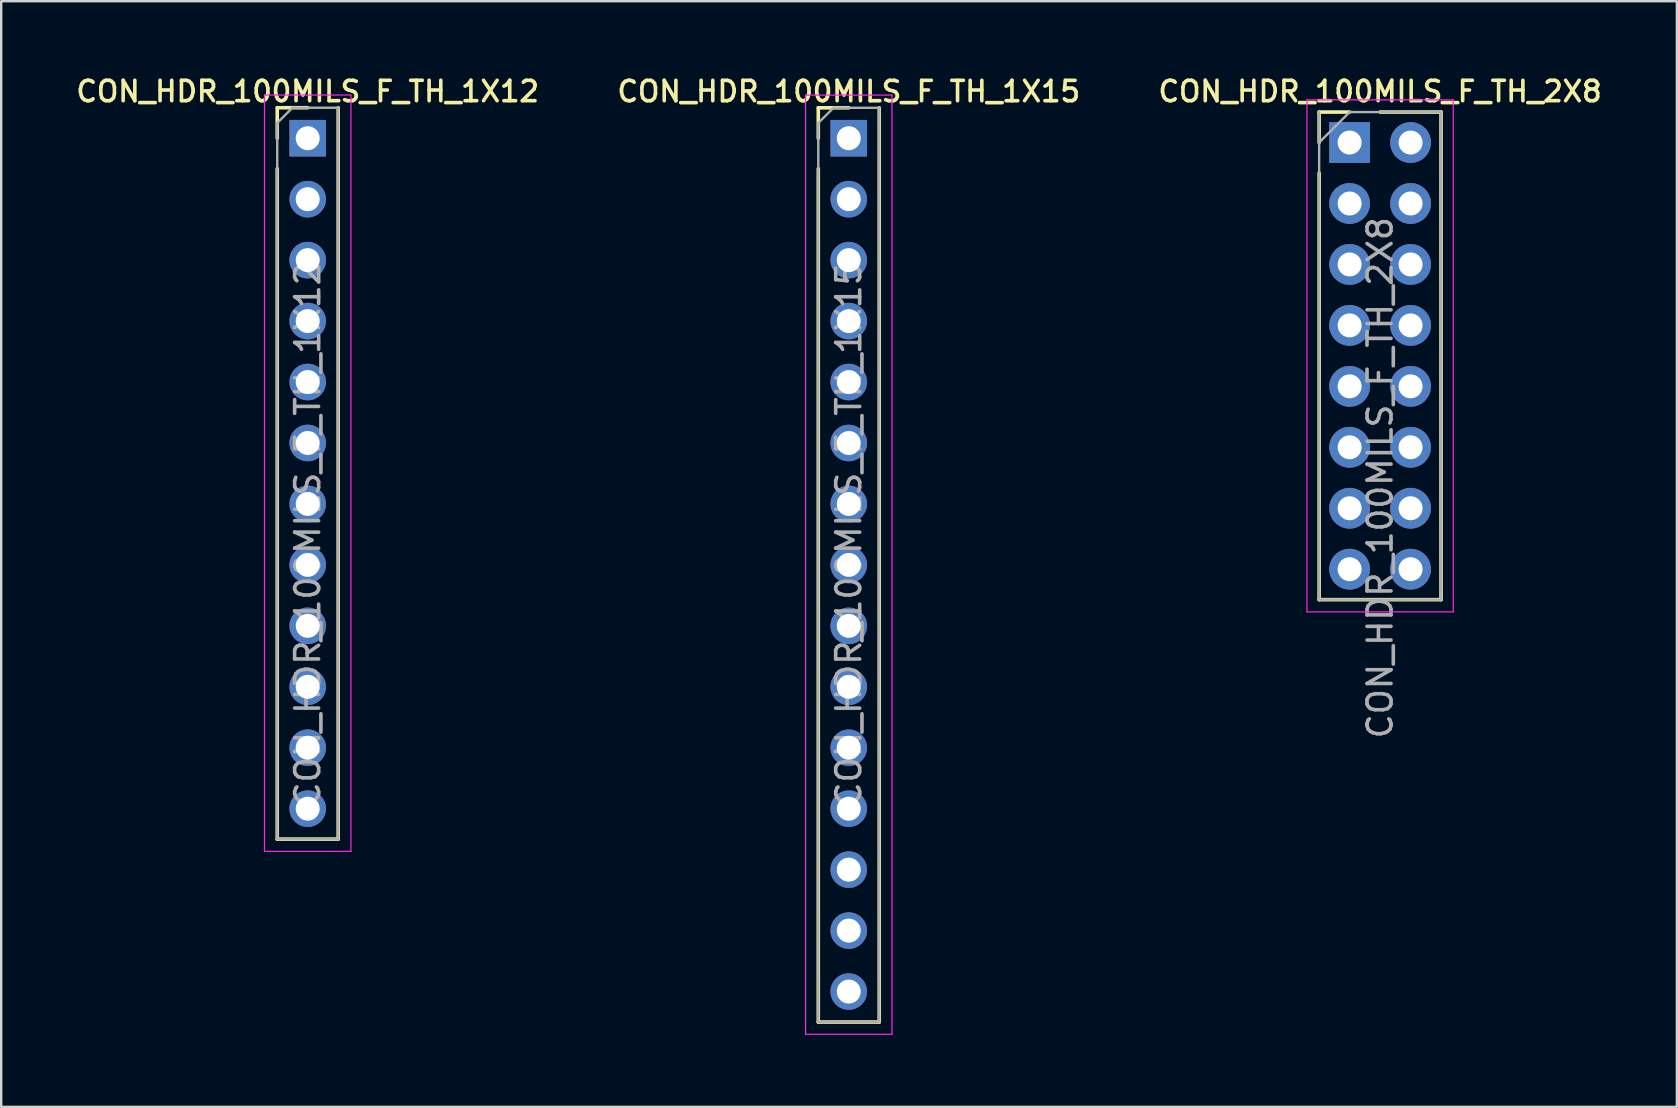
<source format=kicad_pcb>
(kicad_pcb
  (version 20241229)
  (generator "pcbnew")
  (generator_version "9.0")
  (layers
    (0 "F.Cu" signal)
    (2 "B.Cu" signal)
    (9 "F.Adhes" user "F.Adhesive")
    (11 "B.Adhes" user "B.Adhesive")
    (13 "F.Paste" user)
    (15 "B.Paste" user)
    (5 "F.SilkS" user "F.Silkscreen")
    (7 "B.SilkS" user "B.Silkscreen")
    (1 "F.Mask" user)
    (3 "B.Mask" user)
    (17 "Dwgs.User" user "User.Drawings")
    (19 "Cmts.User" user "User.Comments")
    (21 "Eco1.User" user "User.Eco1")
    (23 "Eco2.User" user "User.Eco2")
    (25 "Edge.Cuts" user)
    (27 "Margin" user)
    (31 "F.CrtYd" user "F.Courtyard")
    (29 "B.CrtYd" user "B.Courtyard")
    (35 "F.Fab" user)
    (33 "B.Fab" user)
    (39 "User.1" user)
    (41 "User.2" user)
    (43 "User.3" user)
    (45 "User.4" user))
  (footprint "CON_HDR_100MILS_F_TH_2X8"
    (layer "F.Cu")
    (at 54.462 11.78)
    (property "Reference" "CON_HDR_100MILS_F_TH_2X8" (at 0 -11.02 0) (layer "F.SilkS") (effects (font (size 0.85 0.85) (thickness 0.15))))
    (attr through_hole)
    (fp_line (start -2.54 -10.16) (end -1.27 -10.16) (stroke (width 0.15) (type solid)) (layer "F.SilkS"))
    (fp_line (start -2.54 -8.89) (end -2.54 -10.16) (stroke (width 0.15) (type solid)) (layer "F.SilkS"))
    (fp_line (start -2.54 -7.62) (end -2.54 10.16) (stroke (width 0.15) (type solid)) (layer "F.SilkS"))
    (fp_line (start -2.54 10.16) (end 2.54 10.16) (stroke (width 0.15) (type solid)) (layer "F.SilkS"))
    (fp_line (start 0 -10.16) (end 2.54 -10.16) (stroke (width 0.15) (type solid)) (layer "F.SilkS"))
    (fp_line (start 2.54 -10.16) (end 2.54 10.16) (stroke (width 0.15) (type solid)) (layer "F.SilkS"))
    (fp_line (start -3.048 -10.668) (end -3.048 10.668) (stroke (width 0.05) (type solid)) (layer "F.CrtYd"))
    (fp_line (start -3.048 10.668) (end 3.048 10.668) (stroke (width 0.05) (type solid)) (layer "F.CrtYd"))
    (fp_line (start 3.048 -10.668) (end -3.048 -10.668) (stroke (width 0.05) (type solid)) (layer "F.CrtYd"))
    (fp_line (start 3.048 10.668) (end 3.048 -10.668) (stroke (width 0.05) (type solid)) (layer "F.CrtYd"))
    (fp_line (start -2.54 -8.89) (end -1.27 -10.16) (stroke (width 0.1) (type solid)) (layer "F.Fab"))
    (fp_line (start -2.54 10.16) (end -2.54 -10.16) (stroke (width 0.1) (type solid)) (layer "F.Fab"))
    (fp_line (start -1.27 -10.16) (end 2.54 -10.16) (stroke (width 0.1) (type solid)) (layer "F.Fab"))
    (fp_line (start 2.54 -10.16) (end 2.54 10.16) (stroke (width 0.1) (type solid)) (layer "F.Fab"))
    (fp_line (start 2.54 10.16) (end -2.54 10.16) (stroke (width 0.1) (type solid)) (layer "F.Fab"))
    (fp_text user "${REFERENCE}" (at 0 5.08 90) (layer "F.Fab") (effects (font (size 1 1) (thickness 0.15))))
    (pad "1" thru_hole rect (at -1.27 -8.89) (size 1.7 1.7) (drill 1) (layers "*.Cu" "*.Mask"))
    (pad "2" thru_hole oval (at 1.27 -8.89) (size 1.7 1.7) (drill 1) (layers "*.Cu" "*.Mask"))
    (pad "3" thru_hole oval (at -1.27 -6.35) (size 1.7 1.7) (drill 1) (layers "*.Cu" "*.Mask"))
    (pad "4" thru_hole oval (at 1.27 -6.35) (size 1.7 1.7) (drill 1) (layers "*.Cu" "*.Mask"))
    (pad "5" thru_hole oval (at -1.27 -3.81) (size 1.7 1.7) (drill 1) (layers "*.Cu" "*.Mask"))
    (pad "6" thru_hole oval (at 1.27 -3.81) (size 1.7 1.7) (drill 1) (layers "*.Cu" "*.Mask"))
    (pad "7" thru_hole oval (at -1.27 -1.27) (size 1.7 1.7) (drill 1) (layers "*.Cu" "*.Mask"))
    (pad "8" thru_hole oval (at 1.27 -1.27) (size 1.7 1.7) (drill 1) (layers "*.Cu" "*.Mask"))
    (pad "9" thru_hole oval (at -1.27 1.27) (size 1.7 1.7) (drill 1) (layers "*.Cu" "*.Mask"))
    (pad "10" thru_hole oval (at 1.27 1.27) (size 1.7 1.7) (drill 1) (layers "*.Cu" "*.Mask"))
    (pad "11" thru_hole oval (at -1.27 3.81) (size 1.7 1.7) (drill 1) (layers "*.Cu" "*.Mask"))
    (pad "12" thru_hole oval (at 1.27 3.81) (size 1.7 1.7) (drill 1) (layers "*.Cu" "*.Mask"))
    (pad "13" thru_hole oval (at -1.27 6.35) (size 1.7 1.7) (drill 1) (layers "*.Cu" "*.Mask"))
    (pad "14" thru_hole oval (at 1.27 6.35) (size 1.7 1.7) (drill 1) (layers "*.Cu" "*.Mask"))
    (pad "15" thru_hole oval (at -1.27 8.89) (size 1.7 1.7) (drill 1) (layers "*.Cu" "*.Mask"))
    (pad "16" thru_hole oval (at 1.27 8.89) (size 1.7 1.7) (drill 1) (layers "*.Cu" "*.Mask")))
  (footprint "CON_HDR_100MILS_F_TH_1X12"
    (layer "F.Cu")
    (at 9.773 16.68)
    (property "Reference" "CON_HDR_100MILS_F_TH_1X12" (at 0 -15.92 0) (layer "F.SilkS") (effects (font (size 0.85 0.85) (thickness 0.15))))
    (attr through_hole)
    (fp_line (start -1.27 -15.24) (end 0 -15.24) (stroke (width 0.15) (type solid)) (layer "F.SilkS"))
    (fp_line (start -1.27 -13.97) (end -1.27 -15.24) (stroke (width 0.15) (type solid)) (layer "F.SilkS"))
    (fp_line (start -1.27 -12.7) (end -1.27 15.24) (stroke (width 0.15) (type solid)) (layer "F.SilkS"))
    (fp_line (start -1.27 15.24) (end 1.27 15.24) (stroke (width 0.15) (type solid)) (layer "F.SilkS"))
    (fp_line (start 1.27 -15.24) (end 1.27 15.24) (stroke (width 0.15) (type solid)) (layer "F.SilkS"))
    (fp_line (start -1.8 -15.77) (end -1.8 15.75) (stroke (width 0.05) (type solid)) (layer "F.CrtYd"))
    (fp_line (start -1.8 15.75) (end 1.8 15.75) (stroke (width 0.05) (type solid)) (layer "F.CrtYd"))
    (fp_line (start 1.8 -15.77) (end -1.8 -15.77) (stroke (width 0.05) (type solid)) (layer "F.CrtYd"))
    (fp_line (start 1.8 15.75) (end 1.8 -15.77) (stroke (width 0.05) (type solid)) (layer "F.CrtYd"))
    (fp_line (start -1.27 -14.605) (end -0.635 -15.24) (stroke (width 0.1) (type solid)) (layer "F.Fab"))
    (fp_line (start -1.27 15.24) (end -1.27 -14.605) (stroke (width 0.1) (type solid)) (layer "F.Fab"))
    (fp_line (start -0.635 -15.24) (end 1.27 -15.24) (stroke (width 0.1) (type solid)) (layer "F.Fab"))
    (fp_line (start 1.27 -15.24) (end 1.27 15.24) (stroke (width 0.1) (type solid)) (layer "F.Fab"))
    (fp_line (start 1.27 15.24) (end -1.27 15.24) (stroke (width 0.1) (type solid)) (layer "F.Fab"))
    (fp_text user "${REFERENCE}" (at 0 2.54 90) (layer "F.Fab") (effects (font (size 1 1) (thickness 0.15))))
    (pad "1" thru_hole rect (at 0 -13.97) (size 1.524 1.524) (drill 1) (layers "*.Cu" "*.Mask"))
    (pad "2" thru_hole circle (at 0 -11.43) (size 1.524 1.524) (drill 1) (layers "*.Cu" "*.Mask"))
    (pad "3" thru_hole circle (at 0 -8.89) (size 1.524 1.524) (drill 1) (layers "*.Cu" "*.Mask"))
    (pad "4" thru_hole circle (at 0 -6.35) (size 1.524 1.524) (drill 1) (layers "*.Cu" "*.Mask"))
    (pad "5" thru_hole circle (at 0 -3.81) (size 1.524 1.524) (drill 1) (layers "*.Cu" "*.Mask"))
    (pad "6" thru_hole circle (at 0 -1.27) (size 1.524 1.524) (drill 1) (layers "*.Cu" "*.Mask"))
    (pad "7" thru_hole circle (at 0 1.27) (size 1.524 1.524) (drill 1) (layers "*.Cu" "*.Mask"))
    (pad "8" thru_hole circle (at 0 3.81) (size 1.524 1.524) (drill 1) (layers "*.Cu" "*.Mask"))
    (pad "9" thru_hole circle (at 0 6.35) (size 1.524 1.524) (drill 1) (layers "*.Cu" "*.Mask"))
    (pad "10" thru_hole circle (at 0 8.89) (size 1.524 1.524) (drill 1) (layers "*.Cu" "*.Mask"))
    (pad "11" thru_hole circle (at 0 11.43) (size 1.524 1.524) (drill 1) (layers "*.Cu" "*.Mask"))
    (pad "12" thru_hole circle (at 0 13.97) (size 1.524 1.524) (drill 1) (layers "*.Cu" "*.Mask")))
  (footprint "CON_HDR_100MILS_F_TH_1X15"
    (layer "F.Cu")
    (at 32.32 20.491)
    (property "Reference" "CON_HDR_100MILS_F_TH_1X15" (at 0 -19.73 0) (layer "F.SilkS") (effects (font (size 0.85 0.85) (thickness 0.15))))
    (attr through_hole)
    (fp_line (start -1.27 -19.05) (end 0 -19.05) (stroke (width 0.15) (type solid)) (layer "F.SilkS"))
    (fp_line (start -1.27 -17.78) (end -1.27 -19.05) (stroke (width 0.15) (type solid)) (layer "F.SilkS"))
    (fp_line (start -1.27 -16.51) (end -1.27 19.05) (stroke (width 0.15) (type solid)) (layer "F.SilkS"))
    (fp_line (start -1.27 19.05) (end 1.27 19.05) (stroke (width 0.15) (type solid)) (layer "F.SilkS"))
    (fp_line (start 1.27 -19.05) (end 1.27 19.05) (stroke (width 0.15) (type solid)) (layer "F.SilkS"))
    (fp_line (start -1.8 -19.58) (end -1.8 19.56) (stroke (width 0.05) (type solid)) (layer "F.CrtYd"))
    (fp_line (start -1.8 19.56) (end 1.8 19.56) (stroke (width 0.05) (type solid)) (layer "F.CrtYd"))
    (fp_line (start 1.8 -19.58) (end -1.8 -19.58) (stroke (width 0.05) (type solid)) (layer "F.CrtYd"))
    (fp_line (start 1.8 19.56) (end 1.8 -19.58) (stroke (width 0.05) (type solid)) (layer "F.CrtYd"))
    (fp_line (start -1.27 -18.415) (end -0.635 -19.05) (stroke (width 0.1) (type solid)) (layer "F.Fab"))
    (fp_line (start -1.27 19.05) (end -1.27 -18.415) (stroke (width 0.1) (type solid)) (layer "F.Fab"))
    (fp_line (start -0.635 -19.05) (end 1.27 -19.05) (stroke (width 0.1) (type solid)) (layer "F.Fab"))
    (fp_line (start 1.27 -19.05) (end 1.27 19.05) (stroke (width 0.1) (type solid)) (layer "F.Fab"))
    (fp_line (start 1.27 19.05) (end -1.27 19.05) (stroke (width 0.1) (type solid)) (layer "F.Fab"))
    (fp_text user "${REFERENCE}" (at 0 -1.27 90) (layer "F.Fab") (effects (font (size 1 1) (thickness 0.15))))
    (pad "1" thru_hole rect (at 0 -17.78) (size 1.524 1.524) (drill 1) (layers "*.Cu" "*.Mask"))
    (pad "2" thru_hole circle (at 0 -15.24) (size 1.524 1.524) (drill 1) (layers "*.Cu" "*.Mask"))
    (pad "3" thru_hole circle (at 0 -12.7) (size 1.524 1.524) (drill 1) (layers "*.Cu" "*.Mask"))
    (pad "4" thru_hole circle (at 0 -10.16) (size 1.524 1.524) (drill 1) (layers "*.Cu" "*.Mask"))
    (pad "5" thru_hole circle (at 0 -7.62) (size 1.524 1.524) (drill 1) (layers "*.Cu" "*.Mask"))
    (pad "6" thru_hole circle (at 0 -5.08) (size 1.524 1.524) (drill 1) (layers "*.Cu" "*.Mask"))
    (pad "7" thru_hole circle (at 0 -2.54) (size 1.524 1.524) (drill 1) (layers "*.Cu" "*.Mask"))
    (pad "8" thru_hole circle (at 0 0) (size 1.524 1.524) (drill 1) (layers "*.Cu" "*.Mask"))
    (pad "9" thru_hole circle (at 0 2.54) (size 1.524 1.524) (drill 1) (layers "*.Cu" "*.Mask"))
    (pad "10" thru_hole circle (at 0 5.08) (size 1.524 1.524) (drill 1) (layers "*.Cu" "*.Mask"))
    (pad "11" thru_hole circle (at 0 7.62) (size 1.524 1.524) (drill 1) (layers "*.Cu" "*.Mask"))
    (pad "12" thru_hole circle (at 0 10.16) (size 1.524 1.524) (drill 1) (layers "*.Cu" "*.Mask"))
    (pad "13" thru_hole circle (at 0 12.7) (size 1.524 1.524) (drill 1) (layers "*.Cu" "*.Mask"))
    (pad "14" thru_hole circle (at 0 15.24) (size 1.524 1.524) (drill 1) (layers "*.Cu" "*.Mask"))
    (pad "15" thru_hole circle (at 0 17.78) (size 1.524 1.524) (drill 1) (layers "*.Cu" "*.Mask")))
  (gr_rect
    (start -3 -3)
    (end 66.83 43.075)
    (stroke (width 0.1) (type default))
    (fill no)
    (layer "Edge.Cuts")))
</source>
